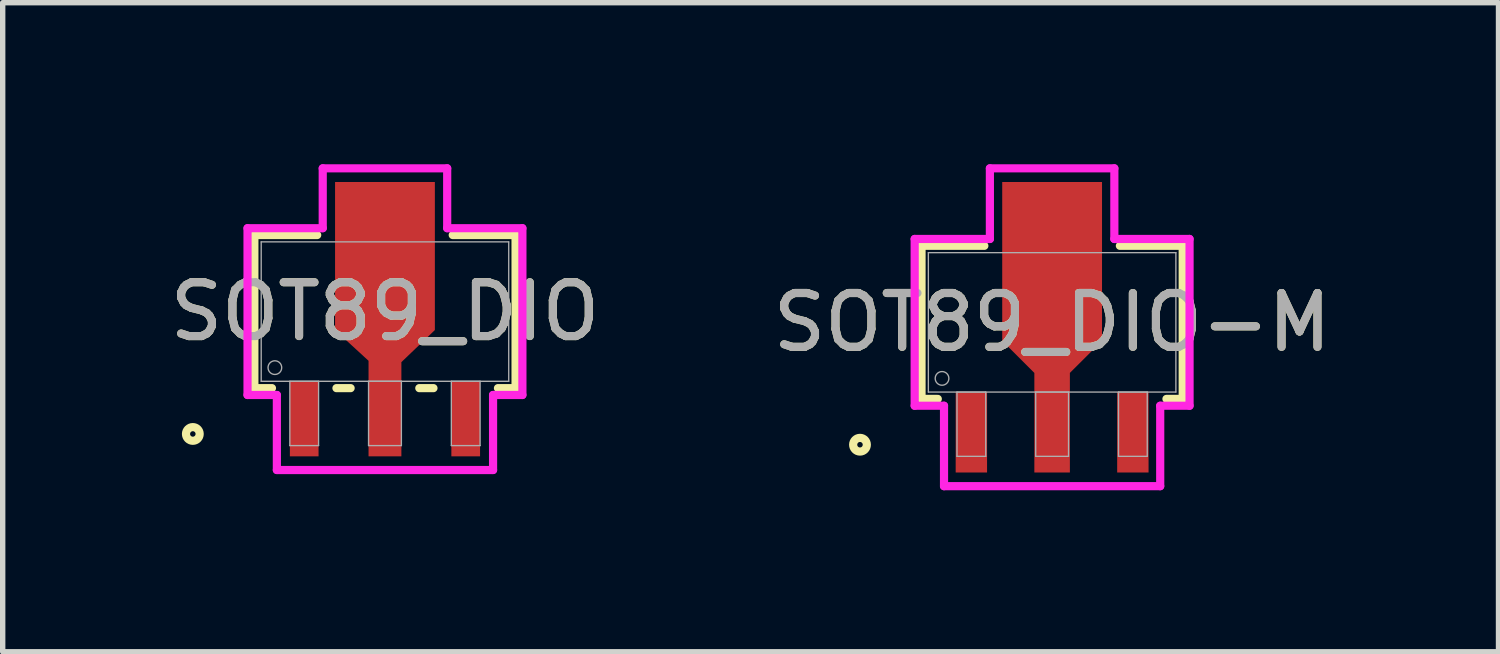
<source format=kicad_pcb>
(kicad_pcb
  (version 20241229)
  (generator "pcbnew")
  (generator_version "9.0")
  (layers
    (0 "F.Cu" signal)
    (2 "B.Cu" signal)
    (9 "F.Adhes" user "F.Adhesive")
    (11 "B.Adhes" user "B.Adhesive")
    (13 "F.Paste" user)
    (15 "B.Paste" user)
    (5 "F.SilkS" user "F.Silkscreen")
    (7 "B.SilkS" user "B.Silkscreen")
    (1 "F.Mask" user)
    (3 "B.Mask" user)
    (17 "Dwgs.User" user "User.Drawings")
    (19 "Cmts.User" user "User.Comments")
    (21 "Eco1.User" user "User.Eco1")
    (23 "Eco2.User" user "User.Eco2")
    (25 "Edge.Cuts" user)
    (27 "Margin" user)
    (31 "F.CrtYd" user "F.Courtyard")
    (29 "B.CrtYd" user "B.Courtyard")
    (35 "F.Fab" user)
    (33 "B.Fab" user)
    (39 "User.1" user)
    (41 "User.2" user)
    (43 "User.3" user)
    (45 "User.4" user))
  (footprint "SOT89_DIO-M"
    (layer "F.Cu")
    (at 16.494 2.938)
    (property "Reference" "SOT89_DIO-M" (at 0 0 0) (unlocked yes) (layer "F.SilkS") (effects (font (size 1 1) (thickness 0.15))))
    (attr smd)
    (fp_poly (pts (xy -0.33 1.295) (xy -0.33 0.939) (xy -0.927 0.343) (xy -0.927 -2.607) (xy 0.927 -2.607) (xy 0.927 0.343) (xy 0.33 0.939) (xy 0.33 1.295)) (stroke (width 0) (type solid)) (fill yes) (layer "F.Cu"))
    (fp_poly (pts (xy -0.33 1.32) (xy -0.33 0.939) (xy -0.927 0.343) (xy -0.927 -2.357) (xy 0.927 -2.357) (xy 0.927 0.343) (xy 0.33 0.939) (xy 0.33 1.32)) (stroke (width 0) (type solid)) (fill yes) (layer "F.Mask"))
    (fp_line (start -2.426 -1.422) (end -2.426 1.422) (stroke (width 0.152) (type solid)) (layer "F.SilkS"))
    (fp_line (start -2.426 1.422) (end -2.124 1.422) (stroke (width 0.152) (type solid)) (layer "F.SilkS"))
    (fp_line (start -1.259 -1.422) (end -2.426 -1.422) (stroke (width 0.152) (type solid)) (layer "F.SilkS"))
    (fp_line (start 2.124 1.422) (end 2.426 1.422) (stroke (width 0.152) (type solid)) (layer "F.SilkS"))
    (fp_line (start 2.426 -1.422) (end 1.259 -1.422) (stroke (width 0.152) (type solid)) (layer "F.SilkS"))
    (fp_line (start 2.426 1.422) (end 2.426 -1.422) (stroke (width 0.152) (type solid)) (layer "F.SilkS"))
    (fp_circle (center -3.569 2.273) (end -3.442 2.273) (stroke (width 0.152) (type solid)) (fill no) (layer "F.SilkS"))
    (fp_poly (pts (xy -0.33 1.32) (xy -0.33 0.939) (xy -0.927 0.343) (xy -0.927 -2.357) (xy 0.927 -2.357) (xy 0.927 0.343) (xy 0.33 0.939) (xy 0.33 1.32)) (stroke (width 0) (type solid)) (fill yes) (layer "F.Paste"))
    (fp_line (start -2.553 -1.549) (end -1.156 -1.549) (stroke (width 0.152) (type solid)) (layer "F.CrtYd"))
    (fp_line (start -2.553 1.549) (end -2.553 -1.549) (stroke (width 0.152) (type solid)) (layer "F.CrtYd"))
    (fp_line (start -2.008 1.549) (end -2.553 1.549) (stroke (width 0.152) (type solid)) (layer "F.CrtYd"))
    (fp_line (start -2.008 3.043) (end -2.008 1.549) (stroke (width 0.152) (type solid)) (layer "F.CrtYd"))
    (fp_line (start -1.156 -2.861) (end 1.156 -2.861) (stroke (width 0.152) (type solid)) (layer "F.CrtYd"))
    (fp_line (start -1.156 -1.549) (end -1.156 -2.861) (stroke (width 0.152) (type solid)) (layer "F.CrtYd"))
    (fp_line (start 1.156 -2.861) (end 1.156 -1.549) (stroke (width 0.152) (type solid)) (layer "F.CrtYd"))
    (fp_line (start 1.156 -1.549) (end 2.553 -1.549) (stroke (width 0.152) (type solid)) (layer "F.CrtYd"))
    (fp_line (start 2.008 1.549) (end 2.008 3.043) (stroke (width 0.152) (type solid)) (layer "F.CrtYd"))
    (fp_line (start 2.008 3.043) (end -2.008 3.043) (stroke (width 0.152) (type solid)) (layer "F.CrtYd"))
    (fp_line (start 2.553 -1.549) (end 2.553 1.549) (stroke (width 0.152) (type solid)) (layer "F.CrtYd"))
    (fp_line (start 2.553 1.549) (end 2.008 1.549) (stroke (width 0.152) (type solid)) (layer "F.CrtYd"))
    (fp_line (start -2.299 -1.295) (end -2.299 1.295) (stroke (width 0.025) (type solid)) (layer "F.Fab"))
    (fp_line (start -2.299 1.295) (end 2.299 1.295) (stroke (width 0.025) (type solid)) (layer "F.Fab"))
    (fp_line (start -1.767 1.295) (end -1.767 2.489) (stroke (width 0.025) (type solid)) (layer "F.Fab"))
    (fp_line (start -1.767 2.489) (end -1.233 2.489) (stroke (width 0.025) (type solid)) (layer "F.Fab"))
    (fp_line (start -1.233 1.295) (end -1.767 1.295) (stroke (width 0.025) (type solid)) (layer "F.Fab"))
    (fp_line (start -1.233 2.489) (end -1.233 1.295) (stroke (width 0.025) (type solid)) (layer "F.Fab"))
    (fp_line (start -0.305 1.295) (end -0.305 2.489) (stroke (width 0.025) (type solid)) (layer "F.Fab"))
    (fp_line (start -0.305 2.489) (end 0.305 2.489) (stroke (width 0.025) (type solid)) (layer "F.Fab"))
    (fp_line (start 0.305 1.295) (end -0.305 1.295) (stroke (width 0.025) (type solid)) (layer "F.Fab"))
    (fp_line (start 0.305 2.489) (end 0.305 1.295) (stroke (width 0.025) (type solid)) (layer "F.Fab"))
    (fp_line (start 1.233 1.295) (end 1.233 2.489) (stroke (width 0.025) (type solid)) (layer "F.Fab"))
    (fp_line (start 1.233 2.489) (end 1.767 2.489) (stroke (width 0.025) (type solid)) (layer "F.Fab"))
    (fp_line (start 1.767 1.295) (end 1.233 1.295) (stroke (width 0.025) (type solid)) (layer "F.Fab"))
    (fp_line (start 1.767 2.489) (end 1.767 1.295) (stroke (width 0.025) (type solid)) (layer "F.Fab"))
    (fp_line (start 2.299 -1.295) (end -2.299 -1.295) (stroke (width 0.025) (type solid)) (layer "F.Fab"))
    (fp_line (start 2.299 1.295) (end 2.299 -1.295) (stroke (width 0.025) (type solid)) (layer "F.Fab"))
    (fp_circle (center -2.045 1.041) (end -1.918 1.041) (stroke (width 0.025) (type solid)) (fill no) (layer "F.Fab"))
    (fp_text user "${REFERENCE}" (at 0 0 0) (unlocked yes) (layer "F.Fab") (effects (font (size 1 1) (thickness 0.15))))
    (pad "1" smd rect (at -1.5 2.042) (size 0.583 1.494) (layers "F.Cu" "F.Mask" "F.Paste"))
    (pad "2" smd rect (at 0 2.042) (size 0.66 1.494) (layers "F.Cu" "F.Mask" "F.Paste"))
    (pad "3" smd rect (at 1.5 2.042) (size 0.583 1.494) (layers "F.Cu" "F.Mask" "F.Paste")))
  (footprint "SOT89_DIO"
    (layer "F.Cu")
    (at 4.101 2.738)
    (property "Reference" "SOT89_DIO" (at 0 0 0) (unlocked yes) (layer "F.SilkS") (effects (font (size 1 1) (thickness 0.15))))
    (attr smd)
    (fp_poly (pts (xy -0.305 1.295) (xy -0.305 0.914) (xy -0.927 0.343) (xy -0.927 -2.407) (xy 0.927 -2.407) (xy 0.927 0.343) (xy 0.305 0.939) (xy 0.305 1.295)) (stroke (width 0) (type solid)) (fill yes) (layer "F.Cu"))
    (fp_poly (pts (xy -0.305 1.295) (xy -0.305 0.914) (xy -0.902 0.318) (xy -0.902 -2.257) (xy 0.902 -2.257) (xy 0.902 0.318) (xy 0.305 0.914) (xy 0.305 1.295)) (stroke (width 0) (type solid)) (fill yes) (layer "F.Mask"))
    (fp_line (start -2.426 -1.422) (end -2.426 1.422) (stroke (width 0.152) (type solid)) (layer "F.SilkS"))
    (fp_line (start -2.426 1.422) (end -2.099 1.422) (stroke (width 0.152) (type solid)) (layer "F.SilkS"))
    (fp_line (start -1.259 -1.422) (end -2.426 -1.422) (stroke (width 0.152) (type solid)) (layer "F.SilkS"))
    (fp_line (start -0.901 1.422) (end -0.638 1.422) (stroke (width 0.152) (type solid)) (layer "F.SilkS"))
    (fp_line (start 0.638 1.422) (end 0.901 1.422) (stroke (width 0.152) (type solid)) (layer "F.SilkS"))
    (fp_line (start 2.099 1.422) (end 2.426 1.422) (stroke (width 0.152) (type solid)) (layer "F.SilkS"))
    (fp_line (start 2.426 -1.422) (end 1.259 -1.422) (stroke (width 0.152) (type solid)) (layer "F.SilkS"))
    (fp_line (start 2.426 1.422) (end 2.426 -1.422) (stroke (width 0.152) (type solid)) (layer "F.SilkS"))
    (fp_circle (center -3.569 2.273) (end -3.442 2.273) (stroke (width 0.152) (type solid)) (fill no) (layer "F.SilkS"))
    (fp_poly (pts (xy -0.305 1.295) (xy -0.305 0.914) (xy -0.902 0.318) (xy -0.902 -2.257) (xy 0.902 -2.257) (xy 0.902 0.318) (xy 0.305 0.914) (xy 0.305 1.295)) (stroke (width 0) (type solid)) (fill yes) (layer "F.Paste"))
    (fp_line (start -2.553 -1.549) (end -1.156 -1.549) (stroke (width 0.152) (type solid)) (layer "F.CrtYd"))
    (fp_line (start -2.553 1.549) (end -2.553 -1.549) (stroke (width 0.152) (type solid)) (layer "F.CrtYd"))
    (fp_line (start -2.008 1.549) (end -2.553 1.549) (stroke (width 0.152) (type solid)) (layer "F.CrtYd"))
    (fp_line (start -2.008 2.943) (end -2.008 1.549) (stroke (width 0.152) (type solid)) (layer "F.CrtYd"))
    (fp_line (start -1.156 -2.661) (end 1.156 -2.661) (stroke (width 0.152) (type solid)) (layer "F.CrtYd"))
    (fp_line (start -1.156 -1.549) (end -1.156 -2.661) (stroke (width 0.152) (type solid)) (layer "F.CrtYd"))
    (fp_line (start 1.156 -2.661) (end 1.156 -1.549) (stroke (width 0.152) (type solid)) (layer "F.CrtYd"))
    (fp_line (start 1.156 -1.549) (end 2.553 -1.549) (stroke (width 0.152) (type solid)) (layer "F.CrtYd"))
    (fp_line (start 2.008 1.549) (end 2.008 2.943) (stroke (width 0.152) (type solid)) (layer "F.CrtYd"))
    (fp_line (start 2.008 2.943) (end -2.008 2.943) (stroke (width 0.152) (type solid)) (layer "F.CrtYd"))
    (fp_line (start 2.553 -1.549) (end 2.553 1.549) (stroke (width 0.152) (type solid)) (layer "F.CrtYd"))
    (fp_line (start 2.553 1.549) (end 2.008 1.549) (stroke (width 0.152) (type solid)) (layer "F.CrtYd"))
    (fp_line (start -2.299 -1.295) (end -2.299 1.295) (stroke (width 0.025) (type solid)) (layer "F.Fab"))
    (fp_line (start -2.299 1.295) (end 2.299 1.295) (stroke (width 0.025) (type solid)) (layer "F.Fab"))
    (fp_line (start -1.767 1.295) (end -1.767 2.489) (stroke (width 0.025) (type solid)) (layer "F.Fab"))
    (fp_line (start -1.767 2.489) (end -1.233 2.489) (stroke (width 0.025) (type solid)) (layer "F.Fab"))
    (fp_line (start -1.233 1.295) (end -1.767 1.295) (stroke (width 0.025) (type solid)) (layer "F.Fab"))
    (fp_line (start -1.233 2.489) (end -1.233 1.295) (stroke (width 0.025) (type solid)) (layer "F.Fab"))
    (fp_line (start -0.305 1.295) (end -0.305 2.489) (stroke (width 0.025) (type solid)) (layer "F.Fab"))
    (fp_line (start -0.305 2.489) (end 0.305 2.489) (stroke (width 0.025) (type solid)) (layer "F.Fab"))
    (fp_line (start 0.305 1.295) (end -0.305 1.295) (stroke (width 0.025) (type solid)) (layer "F.Fab"))
    (fp_line (start 0.305 2.489) (end 0.305 1.295) (stroke (width 0.025) (type solid)) (layer "F.Fab"))
    (fp_line (start 1.233 1.295) (end 1.233 2.489) (stroke (width 0.025) (type solid)) (layer "F.Fab"))
    (fp_line (start 1.233 2.489) (end 1.767 2.489) (stroke (width 0.025) (type solid)) (layer "F.Fab"))
    (fp_line (start 1.767 1.295) (end 1.233 1.295) (stroke (width 0.025) (type solid)) (layer "F.Fab"))
    (fp_line (start 1.767 2.489) (end 1.767 1.295) (stroke (width 0.025) (type solid)) (layer "F.Fab"))
    (fp_line (start 2.299 -1.295) (end -2.299 -1.295) (stroke (width 0.025) (type solid)) (layer "F.Fab"))
    (fp_line (start 2.299 1.295) (end 2.299 -1.295) (stroke (width 0.025) (type solid)) (layer "F.Fab"))
    (fp_circle (center -2.045 1.041) (end -1.918 1.041) (stroke (width 0.025) (type solid)) (fill no) (layer "F.Fab"))
    (fp_text user "${REFERENCE}" (at 0 0 0) (unlocked yes) (layer "F.Fab") (effects (font (size 1 1) (thickness 0.15))))
    (pad "1" smd rect (at -1.5 1.992) (size 0.533 1.394) (layers "F.Cu" "F.Mask" "F.Paste"))
    (pad "2" smd rect (at 0 1.992) (size 0.61 1.394) (layers "F.Cu" "F.Mask" "F.Paste"))
    (pad "3" smd rect (at 1.5 1.992) (size 0.533 1.394) (layers "F.Cu" "F.Mask" "F.Paste")))
  (gr_rect
    (start -3 -3)
    (end 24.786 9.057)
    (stroke (width 0.1) (type default))
    (fill no)
    (layer "Edge.Cuts")))
</source>
